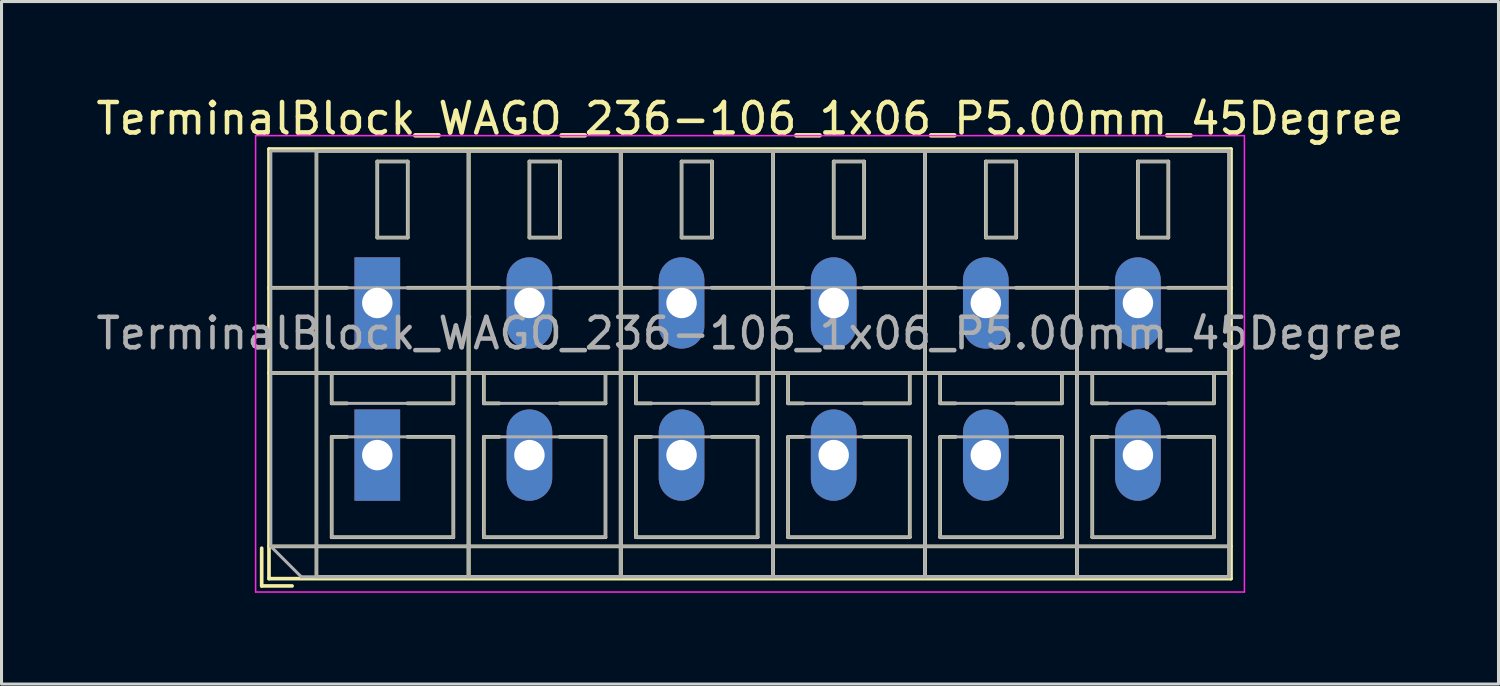
<source format=kicad_pcb>
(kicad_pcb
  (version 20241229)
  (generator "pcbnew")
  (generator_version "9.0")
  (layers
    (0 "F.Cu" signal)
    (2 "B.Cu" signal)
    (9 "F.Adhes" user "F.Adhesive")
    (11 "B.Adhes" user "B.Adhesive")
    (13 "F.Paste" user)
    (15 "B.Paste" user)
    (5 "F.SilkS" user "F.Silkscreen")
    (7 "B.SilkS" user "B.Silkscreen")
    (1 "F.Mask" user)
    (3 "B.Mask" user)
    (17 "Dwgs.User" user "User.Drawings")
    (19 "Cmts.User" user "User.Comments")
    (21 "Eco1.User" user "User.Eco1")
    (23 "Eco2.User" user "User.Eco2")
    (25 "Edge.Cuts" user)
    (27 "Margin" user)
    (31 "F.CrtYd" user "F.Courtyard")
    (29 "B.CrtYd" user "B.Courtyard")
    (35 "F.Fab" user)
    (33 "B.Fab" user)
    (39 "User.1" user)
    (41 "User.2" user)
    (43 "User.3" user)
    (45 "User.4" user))
  (footprint "TerminalBlock_WAGO_236-106_1x06_P5.00mm_45Degree"
    (layer "F.Cu")
    (at 9.351 11.908)
    (property "Reference" "TerminalBlock_WAGO_236-106_1x06_P5.00mm_45Degree" (at 12.25 -11.06 0) (layer "F.SilkS") (effects (font (size 1 1) (thickness 0.15))))
    (attr through_hole)
    (fp_line (start -3.8 3.06) (end -3.8 4.3) (stroke (width 0.12) (type solid)) (layer "F.SilkS"))
    (fp_line (start -3.8 4.3) (end -2.8 4.3) (stroke (width 0.12) (type solid)) (layer "F.SilkS"))
    (fp_line (start -3.56 -10.06) (end -3.56 4.06) (stroke (width 0.12) (type solid)) (layer "F.SilkS"))
    (fp_line (start -3.56 -10.06) (end 28.06 -10.06) (stroke (width 0.12) (type solid)) (layer "F.SilkS"))
    (fp_line (start -3.56 -5.5) (end -0.99 -5.5) (stroke (width 0.12) (type solid)) (layer "F.SilkS"))
    (fp_line (start -3.56 -2.7) (end 28.06 -2.7) (stroke (width 0.12) (type solid)) (layer "F.SilkS"))
    (fp_line (start -3.56 3) (end 28.06 3) (stroke (width 0.12) (type solid)) (layer "F.SilkS"))
    (fp_line (start -3.56 4.06) (end 28.06 4.06) (stroke (width 0.12) (type solid)) (layer "F.SilkS"))
    (fp_line (start -2 -10) (end -2 4) (stroke (width 0.12) (type solid)) (layer "F.SilkS"))
    (fp_line (start -2 -10) (end 3 -10) (stroke (width 0.12) (type solid)) (layer "F.SilkS"))
    (fp_line (start -2 4) (end 3 4) (stroke (width 0.12) (type solid)) (layer "F.SilkS"))
    (fp_line (start -1.5 -2.7) (end -1.5 -1.701) (stroke (width 0.12) (type solid)) (layer "F.SilkS"))
    (fp_line (start -1.5 -2.7) (end 2.5 -2.7) (stroke (width 0.12) (type solid)) (layer "F.SilkS"))
    (fp_line (start -1.5 -1.701) (end -0.99 -1.701) (stroke (width 0.12) (type solid)) (layer "F.SilkS"))
    (fp_line (start -1.5 -0.6) (end -1.5 2.7) (stroke (width 0.12) (type solid)) (layer "F.SilkS"))
    (fp_line (start -1.5 -0.6) (end -0.99 -0.6) (stroke (width 0.12) (type solid)) (layer "F.SilkS"))
    (fp_line (start -1.5 2.7) (end 2.5 2.7) (stroke (width 0.12) (type solid)) (layer "F.SilkS"))
    (fp_line (start 0 -9.65) (end 0 -7.15) (stroke (width 0.12) (type solid)) (layer "F.SilkS"))
    (fp_line (start 0 -9.65) (end 1 -9.65) (stroke (width 0.12) (type solid)) (layer "F.SilkS"))
    (fp_line (start 0 -7.15) (end 1 -7.15) (stroke (width 0.12) (type solid)) (layer "F.SilkS"))
    (fp_line (start 0.99 -5.5) (end 4.01 -5.5) (stroke (width 0.12) (type solid)) (layer "F.SilkS"))
    (fp_line (start 0.99 -1.701) (end 2.5 -1.701) (stroke (width 0.12) (type solid)) (layer "F.SilkS"))
    (fp_line (start 0.99 -0.6) (end 2.5 -0.6) (stroke (width 0.12) (type solid)) (layer "F.SilkS"))
    (fp_line (start 1 -9.65) (end 1 -7.15) (stroke (width 0.12) (type solid)) (layer "F.SilkS"))
    (fp_line (start 2.5 -2.7) (end 2.5 -1.701) (stroke (width 0.12) (type solid)) (layer "F.SilkS"))
    (fp_line (start 2.5 -0.6) (end 2.5 2.7) (stroke (width 0.12) (type solid)) (layer "F.SilkS"))
    (fp_line (start 3 -10) (end 3 4) (stroke (width 0.12) (type solid)) (layer "F.SilkS"))
    (fp_line (start 3 -10) (end 3 4) (stroke (width 0.12) (type solid)) (layer "F.SilkS"))
    (fp_line (start 3 -10) (end 8 -10) (stroke (width 0.12) (type solid)) (layer "F.SilkS"))
    (fp_line (start 3 4) (end 8 4) (stroke (width 0.12) (type solid)) (layer "F.SilkS"))
    (fp_line (start 3.5 -2.7) (end 3.5 -1.701) (stroke (width 0.12) (type solid)) (layer "F.SilkS"))
    (fp_line (start 3.5 -2.7) (end 7.5 -2.7) (stroke (width 0.12) (type solid)) (layer "F.SilkS"))
    (fp_line (start 3.5 -1.701) (end 4.01 -1.701) (stroke (width 0.12) (type solid)) (layer "F.SilkS"))
    (fp_line (start 3.5 -0.6) (end 3.5 2.7) (stroke (width 0.12) (type solid)) (layer "F.SilkS"))
    (fp_line (start 3.5 -0.6) (end 4.01 -0.6) (stroke (width 0.12) (type solid)) (layer "F.SilkS"))
    (fp_line (start 3.5 2.7) (end 7.5 2.7) (stroke (width 0.12) (type solid)) (layer "F.SilkS"))
    (fp_line (start 5 -9.65) (end 5 -7.15) (stroke (width 0.12) (type solid)) (layer "F.SilkS"))
    (fp_line (start 5 -9.65) (end 6 -9.65) (stroke (width 0.12) (type solid)) (layer "F.SilkS"))
    (fp_line (start 5 -7.15) (end 6 -7.15) (stroke (width 0.12) (type solid)) (layer "F.SilkS"))
    (fp_line (start 5.99 -5.5) (end 9.01 -5.5) (stroke (width 0.12) (type solid)) (layer "F.SilkS"))
    (fp_line (start 5.99 -1.701) (end 7.5 -1.701) (stroke (width 0.12) (type solid)) (layer "F.SilkS"))
    (fp_line (start 5.99 -0.6) (end 7.5 -0.6) (stroke (width 0.12) (type solid)) (layer "F.SilkS"))
    (fp_line (start 6 -9.65) (end 6 -7.15) (stroke (width 0.12) (type solid)) (layer "F.SilkS"))
    (fp_line (start 7.5 -2.7) (end 7.5 -1.701) (stroke (width 0.12) (type solid)) (layer "F.SilkS"))
    (fp_line (start 7.5 -0.6) (end 7.5 2.7) (stroke (width 0.12) (type solid)) (layer "F.SilkS"))
    (fp_line (start 8 -10) (end 8 4) (stroke (width 0.12) (type solid)) (layer "F.SilkS"))
    (fp_line (start 8 -10) (end 8 4) (stroke (width 0.12) (type solid)) (layer "F.SilkS"))
    (fp_line (start 8 -10) (end 13 -10) (stroke (width 0.12) (type solid)) (layer "F.SilkS"))
    (fp_line (start 8 4) (end 13 4) (stroke (width 0.12) (type solid)) (layer "F.SilkS"))
    (fp_line (start 8.5 -2.7) (end 8.5 -1.701) (stroke (width 0.12) (type solid)) (layer "F.SilkS"))
    (fp_line (start 8.5 -2.7) (end 12.5 -2.7) (stroke (width 0.12) (type solid)) (layer "F.SilkS"))
    (fp_line (start 8.5 -1.701) (end 9.01 -1.701) (stroke (width 0.12) (type solid)) (layer "F.SilkS"))
    (fp_line (start 8.5 -0.6) (end 8.5 2.7) (stroke (width 0.12) (type solid)) (layer "F.SilkS"))
    (fp_line (start 8.5 -0.6) (end 9.01 -0.6) (stroke (width 0.12) (type solid)) (layer "F.SilkS"))
    (fp_line (start 8.5 2.7) (end 12.5 2.7) (stroke (width 0.12) (type solid)) (layer "F.SilkS"))
    (fp_line (start 10 -9.65) (end 10 -7.15) (stroke (width 0.12) (type solid)) (layer "F.SilkS"))
    (fp_line (start 10 -9.65) (end 11 -9.65) (stroke (width 0.12) (type solid)) (layer "F.SilkS"))
    (fp_line (start 10 -7.15) (end 11 -7.15) (stroke (width 0.12) (type solid)) (layer "F.SilkS"))
    (fp_line (start 10.99 -5.5) (end 14.01 -5.5) (stroke (width 0.12) (type solid)) (layer "F.SilkS"))
    (fp_line (start 10.99 -1.701) (end 12.5 -1.701) (stroke (width 0.12) (type solid)) (layer "F.SilkS"))
    (fp_line (start 10.99 -0.6) (end 12.5 -0.6) (stroke (width 0.12) (type solid)) (layer "F.SilkS"))
    (fp_line (start 11 -9.65) (end 11 -7.15) (stroke (width 0.12) (type solid)) (layer "F.SilkS"))
    (fp_line (start 12.5 -2.7) (end 12.5 -1.701) (stroke (width 0.12) (type solid)) (layer "F.SilkS"))
    (fp_line (start 12.5 -0.6) (end 12.5 2.7) (stroke (width 0.12) (type solid)) (layer "F.SilkS"))
    (fp_line (start 13 -10) (end 13 4) (stroke (width 0.12) (type solid)) (layer "F.SilkS"))
    (fp_line (start 13 -10) (end 13 4) (stroke (width 0.12) (type solid)) (layer "F.SilkS"))
    (fp_line (start 13 -10) (end 18 -10) (stroke (width 0.12) (type solid)) (layer "F.SilkS"))
    (fp_line (start 13 4) (end 18 4) (stroke (width 0.12) (type solid)) (layer "F.SilkS"))
    (fp_line (start 13.5 -2.7) (end 13.5 -1.701) (stroke (width 0.12) (type solid)) (layer "F.SilkS"))
    (fp_line (start 13.5 -2.7) (end 17.5 -2.7) (stroke (width 0.12) (type solid)) (layer "F.SilkS"))
    (fp_line (start 13.5 -1.701) (end 14.01 -1.701) (stroke (width 0.12) (type solid)) (layer "F.SilkS"))
    (fp_line (start 13.5 -0.6) (end 13.5 2.7) (stroke (width 0.12) (type solid)) (layer "F.SilkS"))
    (fp_line (start 13.5 -0.6) (end 14.01 -0.6) (stroke (width 0.12) (type solid)) (layer "F.SilkS"))
    (fp_line (start 13.5 2.7) (end 17.5 2.7) (stroke (width 0.12) (type solid)) (layer "F.SilkS"))
    (fp_line (start 15 -9.65) (end 15 -7.15) (stroke (width 0.12) (type solid)) (layer "F.SilkS"))
    (fp_line (start 15 -9.65) (end 16 -9.65) (stroke (width 0.12) (type solid)) (layer "F.SilkS"))
    (fp_line (start 15 -7.15) (end 16 -7.15) (stroke (width 0.12) (type solid)) (layer "F.SilkS"))
    (fp_line (start 15.99 -5.5) (end 19.01 -5.5) (stroke (width 0.12) (type solid)) (layer "F.SilkS"))
    (fp_line (start 15.99 -1.701) (end 17.5 -1.701) (stroke (width 0.12) (type solid)) (layer "F.SilkS"))
    (fp_line (start 15.99 -0.6) (end 17.5 -0.6) (stroke (width 0.12) (type solid)) (layer "F.SilkS"))
    (fp_line (start 16 -9.65) (end 16 -7.15) (stroke (width 0.12) (type solid)) (layer "F.SilkS"))
    (fp_line (start 17.5 -2.7) (end 17.5 -1.701) (stroke (width 0.12) (type solid)) (layer "F.SilkS"))
    (fp_line (start 17.5 -0.6) (end 17.5 2.7) (stroke (width 0.12) (type solid)) (layer "F.SilkS"))
    (fp_line (start 18 -10) (end 18 4) (stroke (width 0.12) (type solid)) (layer "F.SilkS"))
    (fp_line (start 18 -10) (end 18 4) (stroke (width 0.12) (type solid)) (layer "F.SilkS"))
    (fp_line (start 18 -10) (end 23 -10) (stroke (width 0.12) (type solid)) (layer "F.SilkS"))
    (fp_line (start 18 4) (end 23 4) (stroke (width 0.12) (type solid)) (layer "F.SilkS"))
    (fp_line (start 18.5 -2.7) (end 18.5 -1.701) (stroke (width 0.12) (type solid)) (layer "F.SilkS"))
    (fp_line (start 18.5 -2.7) (end 22.5 -2.7) (stroke (width 0.12) (type solid)) (layer "F.SilkS"))
    (fp_line (start 18.5 -1.701) (end 19.01 -1.701) (stroke (width 0.12) (type solid)) (layer "F.SilkS"))
    (fp_line (start 18.5 -0.6) (end 18.5 2.7) (stroke (width 0.12) (type solid)) (layer "F.SilkS"))
    (fp_line (start 18.5 -0.6) (end 19.01 -0.6) (stroke (width 0.12) (type solid)) (layer "F.SilkS"))
    (fp_line (start 18.5 2.7) (end 22.5 2.7) (stroke (width 0.12) (type solid)) (layer "F.SilkS"))
    (fp_line (start 20 -9.65) (end 20 -7.15) (stroke (width 0.12) (type solid)) (layer "F.SilkS"))
    (fp_line (start 20 -9.65) (end 21 -9.65) (stroke (width 0.12) (type solid)) (layer "F.SilkS"))
    (fp_line (start 20 -7.15) (end 21 -7.15) (stroke (width 0.12) (type solid)) (layer "F.SilkS"))
    (fp_line (start 20.99 -5.5) (end 24.01 -5.5) (stroke (width 0.12) (type solid)) (layer "F.SilkS"))
    (fp_line (start 20.99 -1.701) (end 22.5 -1.701) (stroke (width 0.12) (type solid)) (layer "F.SilkS"))
    (fp_line (start 20.99 -0.6) (end 22.5 -0.6) (stroke (width 0.12) (type solid)) (layer "F.SilkS"))
    (fp_line (start 21 -9.65) (end 21 -7.15) (stroke (width 0.12) (type solid)) (layer "F.SilkS"))
    (fp_line (start 22.5 -2.7) (end 22.5 -1.701) (stroke (width 0.12) (type solid)) (layer "F.SilkS"))
    (fp_line (start 22.5 -0.6) (end 22.5 2.7) (stroke (width 0.12) (type solid)) (layer "F.SilkS"))
    (fp_line (start 23 -10) (end 23 4) (stroke (width 0.12) (type solid)) (layer "F.SilkS"))
    (fp_line (start 23 -10) (end 23 4) (stroke (width 0.12) (type solid)) (layer "F.SilkS"))
    (fp_line (start 23 -10) (end 28 -10) (stroke (width 0.12) (type solid)) (layer "F.SilkS"))
    (fp_line (start 23 4) (end 28 4) (stroke (width 0.12) (type solid)) (layer "F.SilkS"))
    (fp_line (start 23.5 -2.7) (end 23.5 -1.701) (stroke (width 0.12) (type solid)) (layer "F.SilkS"))
    (fp_line (start 23.5 -2.7) (end 27.5 -2.7) (stroke (width 0.12) (type solid)) (layer "F.SilkS"))
    (fp_line (start 23.5 -1.701) (end 24.01 -1.701) (stroke (width 0.12) (type solid)) (layer "F.SilkS"))
    (fp_line (start 23.5 -0.6) (end 23.5 2.7) (stroke (width 0.12) (type solid)) (layer "F.SilkS"))
    (fp_line (start 23.5 -0.6) (end 24.01 -0.6) (stroke (width 0.12) (type solid)) (layer "F.SilkS"))
    (fp_line (start 23.5 2.7) (end 27.5 2.7) (stroke (width 0.12) (type solid)) (layer "F.SilkS"))
    (fp_line (start 25 -9.65) (end 25 -7.15) (stroke (width 0.12) (type solid)) (layer "F.SilkS"))
    (fp_line (start 25 -9.65) (end 26 -9.65) (stroke (width 0.12) (type solid)) (layer "F.SilkS"))
    (fp_line (start 25 -7.15) (end 26 -7.15) (stroke (width 0.12) (type solid)) (layer "F.SilkS"))
    (fp_line (start 25.99 -5.5) (end 28.06 -5.5) (stroke (width 0.12) (type solid)) (layer "F.SilkS"))
    (fp_line (start 25.99 -1.701) (end 27.5 -1.701) (stroke (width 0.12) (type solid)) (layer "F.SilkS"))
    (fp_line (start 25.99 -0.6) (end 27.5 -0.6) (stroke (width 0.12) (type solid)) (layer "F.SilkS"))
    (fp_line (start 26 -9.65) (end 26 -7.15) (stroke (width 0.12) (type solid)) (layer "F.SilkS"))
    (fp_line (start 27.5 -2.7) (end 27.5 -1.701) (stroke (width 0.12) (type solid)) (layer "F.SilkS"))
    (fp_line (start 27.5 -0.6) (end 27.5 2.7) (stroke (width 0.12) (type solid)) (layer "F.SilkS"))
    (fp_line (start 28 -10) (end 28 4) (stroke (width 0.12) (type solid)) (layer "F.SilkS"))
    (fp_line (start 28.06 -10.06) (end 28.06 4.06) (stroke (width 0.12) (type solid)) (layer "F.SilkS"))
    (fp_line (start -4 -10.5) (end -4 4.5) (stroke (width 0.05) (type solid)) (layer "F.CrtYd"))
    (fp_line (start -4 4.5) (end 28.5 4.5) (stroke (width 0.05) (type solid)) (layer "F.CrtYd"))
    (fp_line (start 28.5 -10.5) (end -4 -10.5) (stroke (width 0.05) (type solid)) (layer "F.CrtYd"))
    (fp_line (start 28.5 4.5) (end 28.5 -10.5) (stroke (width 0.05) (type solid)) (layer "F.CrtYd"))
    (fp_line (start -3.5 -10) (end 28 -10) (stroke (width 0.1) (type solid)) (layer "F.Fab"))
    (fp_line (start -3.5 -5.5) (end 28 -5.5) (stroke (width 0.1) (type solid)) (layer "F.Fab"))
    (fp_line (start -3.5 -2.7) (end 28 -2.7) (stroke (width 0.1) (type solid)) (layer "F.Fab"))
    (fp_line (start -3.5 3) (end -3.5 -10) (stroke (width 0.1) (type solid)) (layer "F.Fab"))
    (fp_line (start -3.5 3) (end 28 3) (stroke (width 0.1) (type solid)) (layer "F.Fab"))
    (fp_line (start -2.5 4) (end -3.5 3) (stroke (width 0.1) (type solid)) (layer "F.Fab"))
    (fp_line (start -2 -10) (end -2 4) (stroke (width 0.1) (type solid)) (layer "F.Fab"))
    (fp_line (start -2 4) (end 3 4) (stroke (width 0.1) (type solid)) (layer "F.Fab"))
    (fp_line (start -1.5 -2.7) (end -1.5 -1.7) (stroke (width 0.1) (type solid)) (layer "F.Fab"))
    (fp_line (start -1.5 -1.7) (end 2.5 -1.7) (stroke (width 0.1) (type solid)) (layer "F.Fab"))
    (fp_line (start -1.5 -0.6) (end -1.5 2.7) (stroke (width 0.1) (type solid)) (layer "F.Fab"))
    (fp_line (start -1.5 2.7) (end 2.5 2.7) (stroke (width 0.1) (type solid)) (layer "F.Fab"))
    (fp_line (start 0 -9.65) (end 0 -7.15) (stroke (width 0.1) (type solid)) (layer "F.Fab"))
    (fp_line (start 0 -7.15) (end 1 -7.15) (stroke (width 0.1) (type solid)) (layer "F.Fab"))
    (fp_line (start 1 -9.65) (end 0 -9.65) (stroke (width 0.1) (type solid)) (layer "F.Fab"))
    (fp_line (start 1 -7.15) (end 1 -9.65) (stroke (width 0.1) (type solid)) (layer "F.Fab"))
    (fp_line (start 2.5 -2.7) (end -1.5 -2.7) (stroke (width 0.1) (type solid)) (layer "F.Fab"))
    (fp_line (start 2.5 -1.7) (end 2.5 -2.7) (stroke (width 0.1) (type solid)) (layer "F.Fab"))
    (fp_line (start 2.5 -0.6) (end -1.5 -0.6) (stroke (width 0.1) (type solid)) (layer "F.Fab"))
    (fp_line (start 2.5 2.7) (end 2.5 -0.6) (stroke (width 0.1) (type solid)) (layer "F.Fab"))
    (fp_line (start 3 -10) (end -2 -10) (stroke (width 0.1) (type solid)) (layer "F.Fab"))
    (fp_line (start 3 -10) (end 3 4) (stroke (width 0.1) (type solid)) (layer "F.Fab"))
    (fp_line (start 3 4) (end 3 -10) (stroke (width 0.1) (type solid)) (layer "F.Fab"))
    (fp_line (start 3 4) (end 8 4) (stroke (width 0.1) (type solid)) (layer "F.Fab"))
    (fp_line (start 3.5 -2.7) (end 3.5 -1.7) (stroke (width 0.1) (type solid)) (layer "F.Fab"))
    (fp_line (start 3.5 -1.7) (end 7.5 -1.7) (stroke (width 0.1) (type solid)) (layer "F.Fab"))
    (fp_line (start 3.5 -0.6) (end 3.5 2.7) (stroke (width 0.1) (type solid)) (layer "F.Fab"))
    (fp_line (start 3.5 2.7) (end 7.5 2.7) (stroke (width 0.1) (type solid)) (layer "F.Fab"))
    (fp_line (start 5 -9.65) (end 5 -7.15) (stroke (width 0.1) (type solid)) (layer "F.Fab"))
    (fp_line (start 5 -7.15) (end 6 -7.15) (stroke (width 0.1) (type solid)) (layer "F.Fab"))
    (fp_line (start 6 -9.65) (end 5 -9.65) (stroke (width 0.1) (type solid)) (layer "F.Fab"))
    (fp_line (start 6 -7.15) (end 6 -9.65) (stroke (width 0.1) (type solid)) (layer "F.Fab"))
    (fp_line (start 7.5 -2.7) (end 3.5 -2.7) (stroke (width 0.1) (type solid)) (layer "F.Fab"))
    (fp_line (start 7.5 -1.7) (end 7.5 -2.7) (stroke (width 0.1) (type solid)) (layer "F.Fab"))
    (fp_line (start 7.5 -0.6) (end 3.5 -0.6) (stroke (width 0.1) (type solid)) (layer "F.Fab"))
    (fp_line (start 7.5 2.7) (end 7.5 -0.6) (stroke (width 0.1) (type solid)) (layer "F.Fab"))
    (fp_line (start 8 -10) (end 3 -10) (stroke (width 0.1) (type solid)) (layer "F.Fab"))
    (fp_line (start 8 -10) (end 8 4) (stroke (width 0.1) (type solid)) (layer "F.Fab"))
    (fp_line (start 8 4) (end 8 -10) (stroke (width 0.1) (type solid)) (layer "F.Fab"))
    (fp_line (start 8 4) (end 13 4) (stroke (width 0.1) (type solid)) (layer "F.Fab"))
    (fp_line (start 8.5 -2.7) (end 8.5 -1.7) (stroke (width 0.1) (type solid)) (layer "F.Fab"))
    (fp_line (start 8.5 -1.7) (end 12.5 -1.7) (stroke (width 0.1) (type solid)) (layer "F.Fab"))
    (fp_line (start 8.5 -0.6) (end 8.5 2.7) (stroke (width 0.1) (type solid)) (layer "F.Fab"))
    (fp_line (start 8.5 2.7) (end 12.5 2.7) (stroke (width 0.1) (type solid)) (layer "F.Fab"))
    (fp_line (start 10 -9.65) (end 10 -7.15) (stroke (width 0.1) (type solid)) (layer "F.Fab"))
    (fp_line (start 10 -7.15) (end 11 -7.15) (stroke (width 0.1) (type solid)) (layer "F.Fab"))
    (fp_line (start 11 -9.65) (end 10 -9.65) (stroke (width 0.1) (type solid)) (layer "F.Fab"))
    (fp_line (start 11 -7.15) (end 11 -9.65) (stroke (width 0.1) (type solid)) (layer "F.Fab"))
    (fp_line (start 12.5 -2.7) (end 8.5 -2.7) (stroke (width 0.1) (type solid)) (layer "F.Fab"))
    (fp_line (start 12.5 -1.7) (end 12.5 -2.7) (stroke (width 0.1) (type solid)) (layer "F.Fab"))
    (fp_line (start 12.5 -0.6) (end 8.5 -0.6) (stroke (width 0.1) (type solid)) (layer "F.Fab"))
    (fp_line (start 12.5 2.7) (end 12.5 -0.6) (stroke (width 0.1) (type solid)) (layer "F.Fab"))
    (fp_line (start 13 -10) (end 8 -10) (stroke (width 0.1) (type solid)) (layer "F.Fab"))
    (fp_line (start 13 -10) (end 13 4) (stroke (width 0.1) (type solid)) (layer "F.Fab"))
    (fp_line (start 13 4) (end 13 -10) (stroke (width 0.1) (type solid)) (layer "F.Fab"))
    (fp_line (start 13 4) (end 18 4) (stroke (width 0.1) (type solid)) (layer "F.Fab"))
    (fp_line (start 13.5 -2.7) (end 13.5 -1.7) (stroke (width 0.1) (type solid)) (layer "F.Fab"))
    (fp_line (start 13.5 -1.7) (end 17.5 -1.7) (stroke (width 0.1) (type solid)) (layer "F.Fab"))
    (fp_line (start 13.5 -0.6) (end 13.5 2.7) (stroke (width 0.1) (type solid)) (layer "F.Fab"))
    (fp_line (start 13.5 2.7) (end 17.5 2.7) (stroke (width 0.1) (type solid)) (layer "F.Fab"))
    (fp_line (start 15 -9.65) (end 15 -7.15) (stroke (width 0.1) (type solid)) (layer "F.Fab"))
    (fp_line (start 15 -7.15) (end 16 -7.15) (stroke (width 0.1) (type solid)) (layer "F.Fab"))
    (fp_line (start 16 -9.65) (end 15 -9.65) (stroke (width 0.1) (type solid)) (layer "F.Fab"))
    (fp_line (start 16 -7.15) (end 16 -9.65) (stroke (width 0.1) (type solid)) (layer "F.Fab"))
    (fp_line (start 17.5 -2.7) (end 13.5 -2.7) (stroke (width 0.1) (type solid)) (layer "F.Fab"))
    (fp_line (start 17.5 -1.7) (end 17.5 -2.7) (stroke (width 0.1) (type solid)) (layer "F.Fab"))
    (fp_line (start 17.5 -0.6) (end 13.5 -0.6) (stroke (width 0.1) (type solid)) (layer "F.Fab"))
    (fp_line (start 17.5 2.7) (end 17.5 -0.6) (stroke (width 0.1) (type solid)) (layer "F.Fab"))
    (fp_line (start 18 -10) (end 13 -10) (stroke (width 0.1) (type solid)) (layer "F.Fab"))
    (fp_line (start 18 -10) (end 18 4) (stroke (width 0.1) (type solid)) (layer "F.Fab"))
    (fp_line (start 18 4) (end 18 -10) (stroke (width 0.1) (type solid)) (layer "F.Fab"))
    (fp_line (start 18 4) (end 23 4) (stroke (width 0.1) (type solid)) (layer "F.Fab"))
    (fp_line (start 18.5 -2.7) (end 18.5 -1.7) (stroke (width 0.1) (type solid)) (layer "F.Fab"))
    (fp_line (start 18.5 -1.7) (end 22.5 -1.7) (stroke (width 0.1) (type solid)) (layer "F.Fab"))
    (fp_line (start 18.5 -0.6) (end 18.5 2.7) (stroke (width 0.1) (type solid)) (layer "F.Fab"))
    (fp_line (start 18.5 2.7) (end 22.5 2.7) (stroke (width 0.1) (type solid)) (layer "F.Fab"))
    (fp_line (start 20 -9.65) (end 20 -7.15) (stroke (width 0.1) (type solid)) (layer "F.Fab"))
    (fp_line (start 20 -7.15) (end 21 -7.15) (stroke (width 0.1) (type solid)) (layer "F.Fab"))
    (fp_line (start 21 -9.65) (end 20 -9.65) (stroke (width 0.1) (type solid)) (layer "F.Fab"))
    (fp_line (start 21 -7.15) (end 21 -9.65) (stroke (width 0.1) (type solid)) (layer "F.Fab"))
    (fp_line (start 22.5 -2.7) (end 18.5 -2.7) (stroke (width 0.1) (type solid)) (layer "F.Fab"))
    (fp_line (start 22.5 -1.7) (end 22.5 -2.7) (stroke (width 0.1) (type solid)) (layer "F.Fab"))
    (fp_line (start 22.5 -0.6) (end 18.5 -0.6) (stroke (width 0.1) (type solid)) (layer "F.Fab"))
    (fp_line (start 22.5 2.7) (end 22.5 -0.6) (stroke (width 0.1) (type solid)) (layer "F.Fab"))
    (fp_line (start 23 -10) (end 18 -10) (stroke (width 0.1) (type solid)) (layer "F.Fab"))
    (fp_line (start 23 -10) (end 23 4) (stroke (width 0.1) (type solid)) (layer "F.Fab"))
    (fp_line (start 23 4) (end 23 -10) (stroke (width 0.1) (type solid)) (layer "F.Fab"))
    (fp_line (start 23 4) (end 28 4) (stroke (width 0.1) (type solid)) (layer "F.Fab"))
    (fp_line (start 23.5 -2.7) (end 23.5 -1.7) (stroke (width 0.1) (type solid)) (layer "F.Fab"))
    (fp_line (start 23.5 -1.7) (end 27.5 -1.7) (stroke (width 0.1) (type solid)) (layer "F.Fab"))
    (fp_line (start 23.5 -0.6) (end 23.5 2.7) (stroke (width 0.1) (type solid)) (layer "F.Fab"))
    (fp_line (start 23.5 2.7) (end 27.5 2.7) (stroke (width 0.1) (type solid)) (layer "F.Fab"))
    (fp_line (start 25 -9.65) (end 25 -7.15) (stroke (width 0.1) (type solid)) (layer "F.Fab"))
    (fp_line (start 25 -7.15) (end 26 -7.15) (stroke (width 0.1) (type solid)) (layer "F.Fab"))
    (fp_line (start 26 -9.65) (end 25 -9.65) (stroke (width 0.1) (type solid)) (layer "F.Fab"))
    (fp_line (start 26 -7.15) (end 26 -9.65) (stroke (width 0.1) (type solid)) (layer "F.Fab"))
    (fp_line (start 27.5 -2.7) (end 23.5 -2.7) (stroke (width 0.1) (type solid)) (layer "F.Fab"))
    (fp_line (start 27.5 -1.7) (end 27.5 -2.7) (stroke (width 0.1) (type solid)) (layer "F.Fab"))
    (fp_line (start 27.5 -0.6) (end 23.5 -0.6) (stroke (width 0.1) (type solid)) (layer "F.Fab"))
    (fp_line (start 27.5 2.7) (end 27.5 -0.6) (stroke (width 0.1) (type solid)) (layer "F.Fab"))
    (fp_line (start 28 -10) (end 23 -10) (stroke (width 0.1) (type solid)) (layer "F.Fab"))
    (fp_line (start 28 -10) (end 28 4) (stroke (width 0.1) (type solid)) (layer "F.Fab"))
    (fp_line (start 28 4) (end -2.5 4) (stroke (width 0.1) (type solid)) (layer "F.Fab"))
    (fp_line (start 28 4) (end 28 -10) (stroke (width 0.1) (type solid)) (layer "F.Fab"))
    (fp_text user "${REFERENCE}" (at 12.25 -4 0) (layer "F.Fab") (effects (font (size 1 1) (thickness 0.15))))
    (pad "1" thru_hole rect (at 0 -5) (size 1.5 3) (drill 1) (layers "*.Cu" "*.Mask"))
    (pad "1" thru_hole rect (at 0 0) (size 1.5 3) (drill 1) (layers "*.Cu" "*.Mask"))
    (pad "2" thru_hole oval (at 5 -5) (size 1.5 3) (drill 1) (layers "*.Cu" "*.Mask"))
    (pad "2" thru_hole oval (at 5 0) (size 1.5 3) (drill 1) (layers "*.Cu" "*.Mask"))
    (pad "3" thru_hole oval (at 10 -5) (size 1.5 3) (drill 1) (layers "*.Cu" "*.Mask"))
    (pad "3" thru_hole oval (at 10 0) (size 1.5 3) (drill 1) (layers "*.Cu" "*.Mask"))
    (pad "4" thru_hole oval (at 15 -5) (size 1.5 3) (drill 1) (layers "*.Cu" "*.Mask"))
    (pad "4" thru_hole oval (at 15 0) (size 1.5 3) (drill 1) (layers "*.Cu" "*.Mask"))
    (pad "5" thru_hole oval (at 20 -5) (size 1.5 3) (drill 1) (layers "*.Cu" "*.Mask"))
    (pad "5" thru_hole oval (at 20 0) (size 1.5 3) (drill 1) (layers "*.Cu" "*.Mask"))
    (pad "6" thru_hole oval (at 25 -5) (size 1.5 3) (drill 1) (layers "*.Cu" "*.Mask"))
    (pad "6" thru_hole oval (at 25 0) (size 1.5 3) (drill 1) (layers "*.Cu" "*.Mask")))
  (gr_rect
    (start -3 -3)
    (end 46.202 19.433)
    (stroke (width 0.1) (type default))
    (fill no)
    (layer "Edge.Cuts")))
</source>
